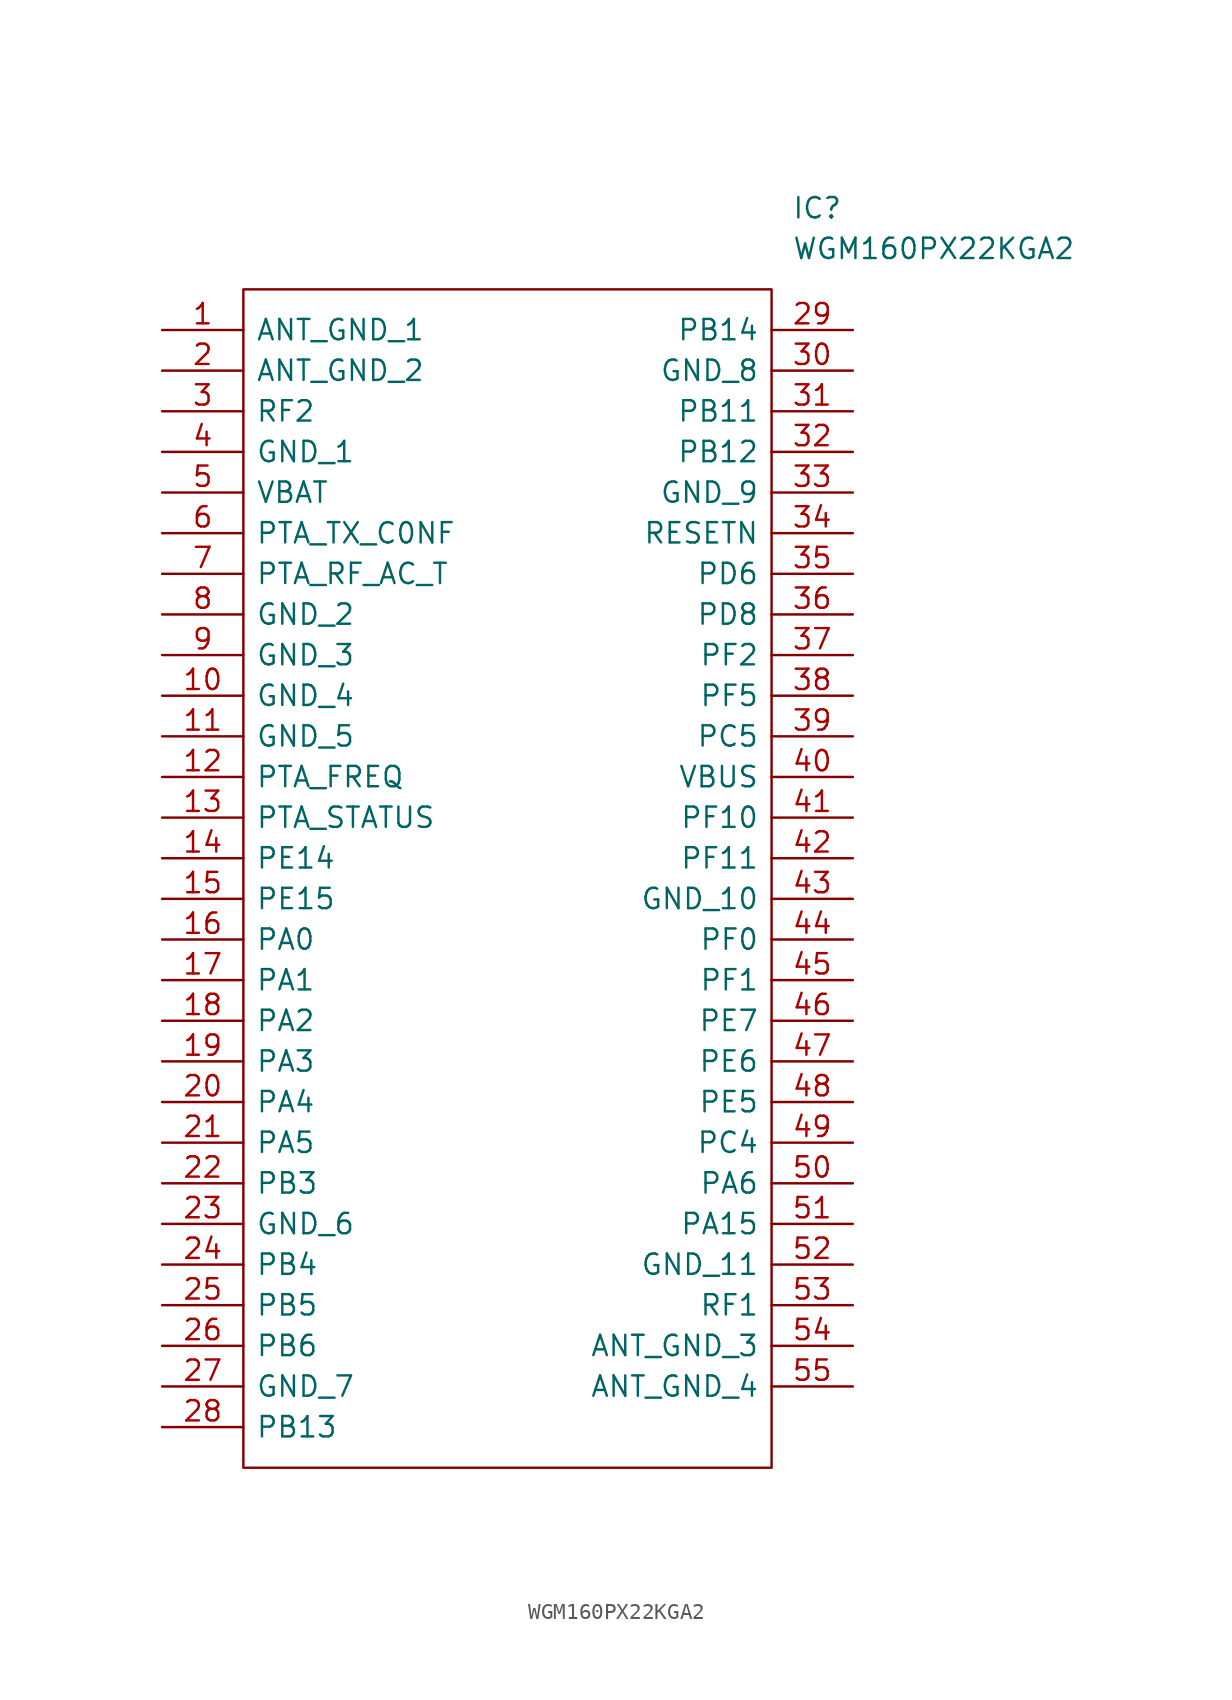
<source format=kicad_sym>
(kicad_symbol_lib
  (version 20211014)
  (generator kicad_symbol_editor)
  (symbol "WGM160PX22KGA2"
    (pin_names
      (offset 0.762))
    (property "Reference" "IC"
      (at 39.37 7.62 0)
      (effects (font (size 1.27 1.27)) (justify left)))
    (property "Value" "WGM160PX22KGA2"
      (at 39.37 5.08 0)
      (effects (font (size 1.27 1.27)) (justify left)))
    (symbol "WGM160PX22KGA2_0_0"
      (pin passive line (at 0 0 0) (length 5.08) (name "ANT_GND_1" (effects (font (size 1.27 1.27)))) (number "1" (effects (font (size 1.27 1.27)))))
      (pin passive line (at 0 -22.86 0) (length 5.08) (name "GND_4" (effects (font (size 1.27 1.27)))) (number "10" (effects (font (size 1.27 1.27)))))
      (pin passive line (at 0 -25.4 0) (length 5.08) (name "GND_5" (effects (font (size 1.27 1.27)))) (number "11" (effects (font (size 1.27 1.27)))))
      (pin passive line (at 0 -27.94 0) (length 5.08) (name "PTA_FREQ" (effects (font (size 1.27 1.27)))) (number "12" (effects (font (size 1.27 1.27)))))
      (pin passive line (at 0 -30.48 0) (length 5.08) (name "PTA_STATUS" (effects (font (size 1.27 1.27)))) (number "13" (effects (font (size 1.27 1.27)))))
      (pin passive line (at 0 -33.02 0) (length 5.08) (name "PE14" (effects (font (size 1.27 1.27)))) (number "14" (effects (font (size 1.27 1.27)))))
      (pin passive line (at 0 -35.56 0) (length 5.08) (name "PE15" (effects (font (size 1.27 1.27)))) (number "15" (effects (font (size 1.27 1.27)))))
      (pin passive line (at 0 -38.1 0) (length 5.08) (name "PA0" (effects (font (size 1.27 1.27)))) (number "16" (effects (font (size 1.27 1.27)))))
      (pin passive line (at 0 -40.64 0) (length 5.08) (name "PA1" (effects (font (size 1.27 1.27)))) (number "17" (effects (font (size 1.27 1.27)))))
      (pin passive line (at 0 -43.18 0) (length 5.08) (name "PA2" (effects (font (size 1.27 1.27)))) (number "18" (effects (font (size 1.27 1.27)))))
      (pin passive line (at 0 -45.72 0) (length 5.08) (name "PA3" (effects (font (size 1.27 1.27)))) (number "19" (effects (font (size 1.27 1.27)))))
      (pin passive line (at 0 -2.54 0) (length 5.08) (name "ANT_GND_2" (effects (font (size 1.27 1.27)))) (number "2" (effects (font (size 1.27 1.27)))))
      (pin passive line (at 0 -48.26 0) (length 5.08) (name "PA4" (effects (font (size 1.27 1.27)))) (number "20" (effects (font (size 1.27 1.27)))))
      (pin passive line (at 0 -50.8 0) (length 5.08) (name "PA5" (effects (font (size 1.27 1.27)))) (number "21" (effects (font (size 1.27 1.27)))))
      (pin passive line (at 0 -53.34 0) (length 5.08) (name "PB3" (effects (font (size 1.27 1.27)))) (number "22" (effects (font (size 1.27 1.27)))))
      (pin passive line (at 0 -55.88 0) (length 5.08) (name "GND_6" (effects (font (size 1.27 1.27)))) (number "23" (effects (font (size 1.27 1.27)))))
      (pin passive line (at 0 -58.42 0) (length 5.08) (name "PB4" (effects (font (size 1.27 1.27)))) (number "24" (effects (font (size 1.27 1.27)))))
      (pin passive line (at 0 -60.96 0) (length 5.08) (name "PB5" (effects (font (size 1.27 1.27)))) (number "25" (effects (font (size 1.27 1.27)))))
      (pin passive line (at 0 -63.5 0) (length 5.08) (name "PB6" (effects (font (size 1.27 1.27)))) (number "26" (effects (font (size 1.27 1.27)))))
      (pin passive line (at 0 -66.04 0) (length 5.08) (name "GND_7" (effects (font (size 1.27 1.27)))) (number "27" (effects (font (size 1.27 1.27)))))
      (pin passive line (at 0 -68.58 0) (length 5.08) (name "PB13" (effects (font (size 1.27 1.27)))) (number "28" (effects (font (size 1.27 1.27)))))
      (pin passive line (at 43.18 0 180) (length 5.08) (name "PB14" (effects (font (size 1.27 1.27)))) (number "29" (effects (font (size 1.27 1.27)))))
      (pin passive line (at 0 -5.08 0) (length 5.08) (name "RF2" (effects (font (size 1.27 1.27)))) (number "3" (effects (font (size 1.27 1.27)))))
      (pin passive line (at 43.18 -2.54 180) (length 5.08) (name "GND_8" (effects (font (size 1.27 1.27)))) (number "30" (effects (font (size 1.27 1.27)))))
      (pin passive line (at 43.18 -5.08 180) (length 5.08) (name "PB11" (effects (font (size 1.27 1.27)))) (number "31" (effects (font (size 1.27 1.27)))))
      (pin passive line (at 43.18 -7.62 180) (length 5.08) (name "PB12" (effects (font (size 1.27 1.27)))) (number "32" (effects (font (size 1.27 1.27)))))
      (pin passive line (at 43.18 -10.16 180) (length 5.08) (name "GND_9" (effects (font (size 1.27 1.27)))) (number "33" (effects (font (size 1.27 1.27)))))
      (pin passive line (at 43.18 -12.7 180) (length 5.08) (name "RESETN" (effects (font (size 1.27 1.27)))) (number "34" (effects (font (size 1.27 1.27)))))
      (pin passive line (at 43.18 -15.24 180) (length 5.08) (name "PD6" (effects (font (size 1.27 1.27)))) (number "35" (effects (font (size 1.27 1.27)))))
      (pin passive line (at 43.18 -17.78 180) (length 5.08) (name "PD8" (effects (font (size 1.27 1.27)))) (number "36" (effects (font (size 1.27 1.27)))))
      (pin passive line (at 43.18 -20.32 180) (length 5.08) (name "PF2" (effects (font (size 1.27 1.27)))) (number "37" (effects (font (size 1.27 1.27)))))
      (pin passive line (at 43.18 -22.86 180) (length 5.08) (name "PF5" (effects (font (size 1.27 1.27)))) (number "38" (effects (font (size 1.27 1.27)))))
      (pin passive line (at 43.18 -25.4 180) (length 5.08) (name "PC5" (effects (font (size 1.27 1.27)))) (number "39" (effects (font (size 1.27 1.27)))))
      (pin passive line (at 0 -7.62 0) (length 5.08) (name "GND_1" (effects (font (size 1.27 1.27)))) (number "4" (effects (font (size 1.27 1.27)))))
      (pin passive line (at 43.18 -27.94 180) (length 5.08) (name "VBUS" (effects (font (size 1.27 1.27)))) (number "40" (effects (font (size 1.27 1.27)))))
      (pin passive line (at 43.18 -30.48 180) (length 5.08) (name "PF10" (effects (font (size 1.27 1.27)))) (number "41" (effects (font (size 1.27 1.27)))))
      (pin passive line (at 43.18 -33.02 180) (length 5.08) (name "PF11" (effects (font (size 1.27 1.27)))) (number "42" (effects (font (size 1.27 1.27)))))
      (pin passive line (at 43.18 -35.56 180) (length 5.08) (name "GND_10" (effects (font (size 1.27 1.27)))) (number "43" (effects (font (size 1.27 1.27)))))
      (pin passive line (at 43.18 -38.1 180) (length 5.08) (name "PF0" (effects (font (size 1.27 1.27)))) (number "44" (effects (font (size 1.27 1.27)))))
      (pin passive line (at 43.18 -40.64 180) (length 5.08) (name "PF1" (effects (font (size 1.27 1.27)))) (number "45" (effects (font (size 1.27 1.27)))))
      (pin passive line (at 43.18 -43.18 180) (length 5.08) (name "PE7" (effects (font (size 1.27 1.27)))) (number "46" (effects (font (size 1.27 1.27)))))
      (pin passive line (at 43.18 -45.72 180) (length 5.08) (name "PE6" (effects (font (size 1.27 1.27)))) (number "47" (effects (font (size 1.27 1.27)))))
      (pin passive line (at 43.18 -48.26 180) (length 5.08) (name "PE5" (effects (font (size 1.27 1.27)))) (number "48" (effects (font (size 1.27 1.27)))))
      (pin passive line (at 43.18 -50.8 180) (length 5.08) (name "PC4" (effects (font (size 1.27 1.27)))) (number "49" (effects (font (size 1.27 1.27)))))
      (pin passive line (at 0 -10.16 0) (length 5.08) (name "VBAT" (effects (font (size 1.27 1.27)))) (number "5" (effects (font (size 1.27 1.27)))))
      (pin passive line (at 43.18 -53.34 180) (length 5.08) (name "PA6" (effects (font (size 1.27 1.27)))) (number "50" (effects (font (size 1.27 1.27)))))
      (pin passive line (at 43.18 -55.88 180) (length 5.08) (name "PA15" (effects (font (size 1.27 1.27)))) (number "51" (effects (font (size 1.27 1.27)))))
      (pin passive line (at 43.18 -58.42 180) (length 5.08) (name "GND_11" (effects (font (size 1.27 1.27)))) (number "52" (effects (font (size 1.27 1.27)))))
      (pin passive line (at 43.18 -60.96 180) (length 5.08) (name "RF1" (effects (font (size 1.27 1.27)))) (number "53" (effects (font (size 1.27 1.27)))))
      (pin passive line (at 43.18 -63.5 180) (length 5.08) (name "ANT_GND_3" (effects (font (size 1.27 1.27)))) (number "54" (effects (font (size 1.27 1.27)))))
      (pin passive line (at 43.18 -66.04 180) (length 5.08) (name "ANT_GND_4" (effects (font (size 1.27 1.27)))) (number "55" (effects (font (size 1.27 1.27)))))
      (pin passive line (at 0 -12.7 0) (length 5.08) (name "PTA_TX_C0NF" (effects (font (size 1.27 1.27)))) (number "6" (effects (font (size 1.27 1.27)))))
      (pin passive line (at 0 -15.24 0) (length 5.08) (name "PTA_RF_AC_T" (effects (font (size 1.27 1.27)))) (number "7" (effects (font (size 1.27 1.27)))))
      (pin passive line (at 0 -17.78 0) (length 5.08) (name "GND_2" (effects (font (size 1.27 1.27)))) (number "8" (effects (font (size 1.27 1.27)))))
      (pin passive line (at 0 -20.32 0) (length 5.08) (name "GND_3" (effects (font (size 1.27 1.27)))) (number "9" (effects (font (size 1.27 1.27))))))
    (symbol "WGM160PX22KGA2_0_1"
      (polyline (pts (xy 5.08 2.54) (xy 38.1 2.54) (xy 38.1 -71.12) (xy 5.08 -71.12) (xy 5.08 2.54)) (stroke (width 0.152) (type default) (color 0 0 0 0)) (fill (type none))))))
</source>
